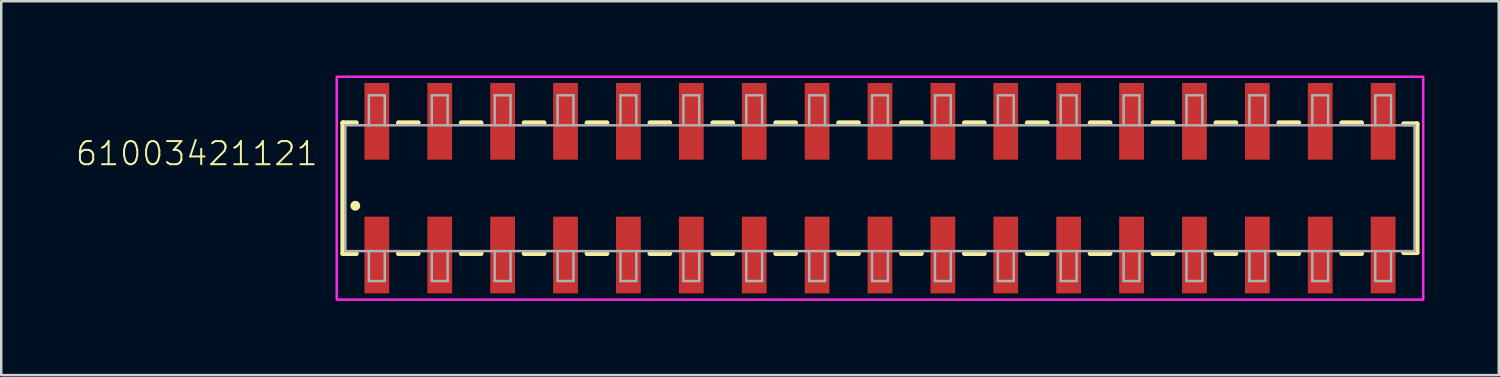
<source format=kicad_pcb>
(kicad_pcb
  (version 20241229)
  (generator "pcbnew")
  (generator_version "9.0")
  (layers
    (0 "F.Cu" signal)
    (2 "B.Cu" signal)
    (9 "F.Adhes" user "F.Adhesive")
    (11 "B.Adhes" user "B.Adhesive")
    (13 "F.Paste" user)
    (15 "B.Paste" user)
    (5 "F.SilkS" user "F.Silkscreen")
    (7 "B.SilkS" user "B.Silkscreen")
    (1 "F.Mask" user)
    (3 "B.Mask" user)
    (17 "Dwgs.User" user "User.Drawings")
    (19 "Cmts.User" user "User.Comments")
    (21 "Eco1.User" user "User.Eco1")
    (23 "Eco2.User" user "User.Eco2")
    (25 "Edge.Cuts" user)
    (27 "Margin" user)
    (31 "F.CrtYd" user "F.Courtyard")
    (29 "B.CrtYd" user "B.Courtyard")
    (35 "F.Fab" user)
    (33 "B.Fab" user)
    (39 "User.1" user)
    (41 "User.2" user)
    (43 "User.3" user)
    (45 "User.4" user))
  (footprint "61003421121"
    (layer "F.Cu")
    (at 32.489 4.55)
    (property "Reference" "61003421121" (at -22.64 -0.85 0) (unlocked yes) (layer "F.SilkS") (effects (font (size 0.935 0.935) (thickness 0.081)) (justify right bottom)))
    (fp_line (start -21.69 -2.64) (end -21.69 2.64) (stroke (width 0.2) (type solid)) (layer "F.SilkS"))
    (fp_line (start -21.69 2.64) (end -21.15 2.64) (stroke (width 0.2) (type solid)) (layer "F.SilkS"))
    (fp_line (start -21.15 -2.64) (end -21.69 -2.64) (stroke (width 0.2) (type solid)) (layer "F.SilkS"))
    (fp_line (start -19.45 2.64) (end -18.65 2.64) (stroke (width 0.2) (type solid)) (layer "F.SilkS"))
    (fp_line (start -18.65 -2.64) (end -19.45 -2.64) (stroke (width 0.2) (type solid)) (layer "F.SilkS"))
    (fp_line (start -16.91 2.64) (end -16.11 2.64) (stroke (width 0.2) (type solid)) (layer "F.SilkS"))
    (fp_line (start -16.11 -2.64) (end -16.91 -2.64) (stroke (width 0.2) (type solid)) (layer "F.SilkS"))
    (fp_line (start -14.37 2.64) (end -13.57 2.64) (stroke (width 0.2) (type solid)) (layer "F.SilkS"))
    (fp_line (start -13.57 -2.64) (end -14.37 -2.64) (stroke (width 0.2) (type solid)) (layer "F.SilkS"))
    (fp_line (start -11.83 2.64) (end -11.03 2.64) (stroke (width 0.2) (type solid)) (layer "F.SilkS"))
    (fp_line (start -11.03 -2.64) (end -11.83 -2.64) (stroke (width 0.2) (type solid)) (layer "F.SilkS"))
    (fp_line (start -9.29 2.64) (end -8.49 2.64) (stroke (width 0.2) (type solid)) (layer "F.SilkS"))
    (fp_line (start -8.49 -2.64) (end -9.29 -2.64) (stroke (width 0.2) (type solid)) (layer "F.SilkS"))
    (fp_line (start -6.75 2.64) (end -5.95 2.64) (stroke (width 0.2) (type solid)) (layer "F.SilkS"))
    (fp_line (start -5.95 -2.64) (end -6.75 -2.64) (stroke (width 0.2) (type solid)) (layer "F.SilkS"))
    (fp_line (start -4.21 2.64) (end -3.41 2.64) (stroke (width 0.2) (type solid)) (layer "F.SilkS"))
    (fp_line (start -3.41 -2.64) (end -4.21 -2.64) (stroke (width 0.2) (type solid)) (layer "F.SilkS"))
    (fp_line (start -1.67 2.64) (end -0.87 2.64) (stroke (width 0.2) (type solid)) (layer "F.SilkS"))
    (fp_line (start -0.87 -2.64) (end -1.67 -2.64) (stroke (width 0.2) (type solid)) (layer "F.SilkS"))
    (fp_line (start 0.87 2.64) (end 1.67 2.64) (stroke (width 0.2) (type solid)) (layer "F.SilkS"))
    (fp_line (start 1.67 -2.64) (end 0.87 -2.64) (stroke (width 0.2) (type solid)) (layer "F.SilkS"))
    (fp_line (start 3.41 2.64) (end 4.21 2.64) (stroke (width 0.2) (type solid)) (layer "F.SilkS"))
    (fp_line (start 4.21 -2.64) (end 3.41 -2.64) (stroke (width 0.2) (type solid)) (layer "F.SilkS"))
    (fp_line (start 5.95 2.64) (end 6.75 2.64) (stroke (width 0.2) (type solid)) (layer "F.SilkS"))
    (fp_line (start 6.75 -2.64) (end 5.95 -2.64) (stroke (width 0.2) (type solid)) (layer "F.SilkS"))
    (fp_line (start 8.49 2.64) (end 9.29 2.64) (stroke (width 0.2) (type solid)) (layer "F.SilkS"))
    (fp_line (start 9.29 -2.64) (end 8.49 -2.64) (stroke (width 0.2) (type solid)) (layer "F.SilkS"))
    (fp_line (start 11.03 2.64) (end 11.83 2.64) (stroke (width 0.2) (type solid)) (layer "F.SilkS"))
    (fp_line (start 11.83 -2.64) (end 11.03 -2.64) (stroke (width 0.2) (type solid)) (layer "F.SilkS"))
    (fp_line (start 13.57 2.64) (end 14.37 2.64) (stroke (width 0.2) (type solid)) (layer "F.SilkS"))
    (fp_line (start 14.37 -2.64) (end 13.57 -2.64) (stroke (width 0.2) (type solid)) (layer "F.SilkS"))
    (fp_line (start 16.11 2.64) (end 16.91 2.64) (stroke (width 0.2) (type solid)) (layer "F.SilkS"))
    (fp_line (start 16.91 -2.64) (end 16.11 -2.64) (stroke (width 0.2) (type solid)) (layer "F.SilkS"))
    (fp_line (start 18.65 2.64) (end 19.45 2.64) (stroke (width 0.2) (type solid)) (layer "F.SilkS"))
    (fp_line (start 19.45 -2.64) (end 18.65 -2.64) (stroke (width 0.2) (type solid)) (layer "F.SilkS"))
    (fp_line (start 21.15 -2.6) (end 21.69 -2.6) (stroke (width 0.2) (type solid)) (layer "F.SilkS"))
    (fp_line (start 21.69 -2.6) (end 21.69 2.6) (stroke (width 0.2) (type solid)) (layer "F.SilkS"))
    (fp_line (start 21.69 2.6) (end 21.15 2.6) (stroke (width 0.2) (type solid)) (layer "F.SilkS"))
    (fp_circle (center -21.19 0.71) (end -21.09 0.71) (stroke (width 0.2) (type solid)) (fill no) (layer "F.SilkS"))
    (fp_poly (pts (xy 21.94 4.5) (xy -21.94 4.5) (xy -21.94 -4.5) (xy 21.94 -4.5)) (stroke (width 0.1) (type default)) (fill no) (layer "F.CrtYd"))
    (fp_line (start -21.59 -2.54) (end -21.59 2.54) (stroke (width 0.1) (type solid)) (layer "F.Fab"))
    (fp_line (start -21.59 2.54) (end 21.59 2.54) (stroke (width 0.1) (type solid)) (layer "F.Fab"))
    (fp_line (start -20.64 -3.75) (end -20 -3.75) (stroke (width 0.1) (type solid)) (layer "F.Fab"))
    (fp_line (start -20.64 -2.54) (end -21.59 -2.54) (stroke (width 0.1) (type solid)) (layer "F.Fab"))
    (fp_line (start -20.64 -2.54) (end -20.64 -3.75) (stroke (width 0.1) (type solid)) (layer "F.Fab"))
    (fp_line (start -20.64 3.75) (end -20.64 2.54) (stroke (width 0.1) (type solid)) (layer "F.Fab"))
    (fp_line (start -20 -3.75) (end -20 -2.54) (stroke (width 0.1) (type solid)) (layer "F.Fab"))
    (fp_line (start -20 -2.54) (end -20.64 -2.54) (stroke (width 0.1) (type solid)) (layer "F.Fab"))
    (fp_line (start -20 2.54) (end -20 3.75) (stroke (width 0.1) (type solid)) (layer "F.Fab"))
    (fp_line (start -20 3.75) (end -20.64 3.75) (stroke (width 0.1) (type solid)) (layer "F.Fab"))
    (fp_line (start -18.1 -3.75) (end -17.46 -3.75) (stroke (width 0.1) (type solid)) (layer "F.Fab"))
    (fp_line (start -18.1 -2.54) (end -18.1 -3.75) (stroke (width 0.1) (type solid)) (layer "F.Fab"))
    (fp_line (start -18.1 3.75) (end -18.1 2.54) (stroke (width 0.1) (type solid)) (layer "F.Fab"))
    (fp_line (start -17.46 -3.75) (end -17.46 -2.54) (stroke (width 0.1) (type solid)) (layer "F.Fab"))
    (fp_line (start -17.46 2.54) (end -17.46 3.75) (stroke (width 0.1) (type solid)) (layer "F.Fab"))
    (fp_line (start -17.46 3.75) (end -18.1 3.75) (stroke (width 0.1) (type solid)) (layer "F.Fab"))
    (fp_line (start -15.56 -3.75) (end -14.92 -3.75) (stroke (width 0.1) (type solid)) (layer "F.Fab"))
    (fp_line (start -15.56 -2.54) (end -15.56 -3.75) (stroke (width 0.1) (type solid)) (layer "F.Fab"))
    (fp_line (start -15.56 3.75) (end -15.56 2.54) (stroke (width 0.1) (type solid)) (layer "F.Fab"))
    (fp_line (start -14.92 -3.75) (end -14.92 -2.54) (stroke (width 0.1) (type solid)) (layer "F.Fab"))
    (fp_line (start -14.92 2.54) (end -14.92 3.75) (stroke (width 0.1) (type solid)) (layer "F.Fab"))
    (fp_line (start -14.92 3.75) (end -15.56 3.75) (stroke (width 0.1) (type solid)) (layer "F.Fab"))
    (fp_line (start -13.02 -3.75) (end -12.38 -3.75) (stroke (width 0.1) (type solid)) (layer "F.Fab"))
    (fp_line (start -13.02 -2.54) (end -13.02 -3.75) (stroke (width 0.1) (type solid)) (layer "F.Fab"))
    (fp_line (start -13.02 3.75) (end -13.02 2.54) (stroke (width 0.1) (type solid)) (layer "F.Fab"))
    (fp_line (start -12.38 -3.75) (end -12.38 -2.54) (stroke (width 0.1) (type solid)) (layer "F.Fab"))
    (fp_line (start -12.38 2.54) (end -12.38 3.75) (stroke (width 0.1) (type solid)) (layer "F.Fab"))
    (fp_line (start -12.38 3.75) (end -13.02 3.75) (stroke (width 0.1) (type solid)) (layer "F.Fab"))
    (fp_line (start -10.48 -3.75) (end -9.84 -3.75) (stroke (width 0.1) (type solid)) (layer "F.Fab"))
    (fp_line (start -10.48 -2.54) (end -10.48 -3.75) (stroke (width 0.1) (type solid)) (layer "F.Fab"))
    (fp_line (start -10.48 3.75) (end -10.48 2.54) (stroke (width 0.1) (type solid)) (layer "F.Fab"))
    (fp_line (start -9.84 -3.75) (end -9.84 -2.54) (stroke (width 0.1) (type solid)) (layer "F.Fab"))
    (fp_line (start -9.84 2.54) (end -9.84 3.75) (stroke (width 0.1) (type solid)) (layer "F.Fab"))
    (fp_line (start -9.84 3.75) (end -10.48 3.75) (stroke (width 0.1) (type solid)) (layer "F.Fab"))
    (fp_line (start -7.94 -3.75) (end -7.3 -3.75) (stroke (width 0.1) (type solid)) (layer "F.Fab"))
    (fp_line (start -7.94 -2.54) (end -7.94 -3.75) (stroke (width 0.1) (type solid)) (layer "F.Fab"))
    (fp_line (start -7.94 3.75) (end -7.94 2.54) (stroke (width 0.1) (type solid)) (layer "F.Fab"))
    (fp_line (start -7.3 -3.75) (end -7.3 -2.54) (stroke (width 0.1) (type solid)) (layer "F.Fab"))
    (fp_line (start -7.3 2.54) (end -7.3 3.75) (stroke (width 0.1) (type solid)) (layer "F.Fab"))
    (fp_line (start -7.3 3.75) (end -7.94 3.75) (stroke (width 0.1) (type solid)) (layer "F.Fab"))
    (fp_line (start -5.4 -3.75) (end -4.76 -3.75) (stroke (width 0.1) (type solid)) (layer "F.Fab"))
    (fp_line (start -5.4 -2.54) (end -5.4 -3.75) (stroke (width 0.1) (type solid)) (layer "F.Fab"))
    (fp_line (start -5.4 3.75) (end -5.4 2.54) (stroke (width 0.1) (type solid)) (layer "F.Fab"))
    (fp_line (start -4.76 -3.75) (end -4.76 -2.54) (stroke (width 0.1) (type solid)) (layer "F.Fab"))
    (fp_line (start -4.76 2.54) (end -4.76 3.75) (stroke (width 0.1) (type solid)) (layer "F.Fab"))
    (fp_line (start -4.76 3.75) (end -5.4 3.75) (stroke (width 0.1) (type solid)) (layer "F.Fab"))
    (fp_line (start -2.86 -3.75) (end -2.22 -3.75) (stroke (width 0.1) (type solid)) (layer "F.Fab"))
    (fp_line (start -2.86 -2.54) (end -2.86 -3.75) (stroke (width 0.1) (type solid)) (layer "F.Fab"))
    (fp_line (start -2.86 3.75) (end -2.86 2.54) (stroke (width 0.1) (type solid)) (layer "F.Fab"))
    (fp_line (start -2.22 -3.75) (end -2.22 -2.54) (stroke (width 0.1) (type solid)) (layer "F.Fab"))
    (fp_line (start -2.22 2.54) (end -2.22 3.75) (stroke (width 0.1) (type solid)) (layer "F.Fab"))
    (fp_line (start -2.22 3.75) (end -2.86 3.75) (stroke (width 0.1) (type solid)) (layer "F.Fab"))
    (fp_line (start -0.32 -3.75) (end 0.32 -3.75) (stroke (width 0.1) (type solid)) (layer "F.Fab"))
    (fp_line (start -0.32 -2.54) (end -0.32 -3.75) (stroke (width 0.1) (type solid)) (layer "F.Fab"))
    (fp_line (start -0.32 3.75) (end -0.32 2.54) (stroke (width 0.1) (type solid)) (layer "F.Fab"))
    (fp_line (start 0.32 -3.75) (end 0.32 -2.54) (stroke (width 0.1) (type solid)) (layer "F.Fab"))
    (fp_line (start 0.32 2.54) (end 0.32 3.75) (stroke (width 0.1) (type solid)) (layer "F.Fab"))
    (fp_line (start 0.32 3.75) (end -0.32 3.75) (stroke (width 0.1) (type solid)) (layer "F.Fab"))
    (fp_line (start 2.22 -3.75) (end 2.86 -3.75) (stroke (width 0.1) (type solid)) (layer "F.Fab"))
    (fp_line (start 2.22 -2.54) (end 2.22 -3.75) (stroke (width 0.1) (type solid)) (layer "F.Fab"))
    (fp_line (start 2.22 3.75) (end 2.22 2.54) (stroke (width 0.1) (type solid)) (layer "F.Fab"))
    (fp_line (start 2.86 -3.75) (end 2.86 -2.54) (stroke (width 0.1) (type solid)) (layer "F.Fab"))
    (fp_line (start 2.86 2.54) (end 2.86 3.75) (stroke (width 0.1) (type solid)) (layer "F.Fab"))
    (fp_line (start 2.86 3.75) (end 2.22 3.75) (stroke (width 0.1) (type solid)) (layer "F.Fab"))
    (fp_line (start 4.76 -3.75) (end 5.4 -3.75) (stroke (width 0.1) (type solid)) (layer "F.Fab"))
    (fp_line (start 4.76 -2.54) (end 4.76 -3.75) (stroke (width 0.1) (type solid)) (layer "F.Fab"))
    (fp_line (start 4.76 3.75) (end 4.76 2.54) (stroke (width 0.1) (type solid)) (layer "F.Fab"))
    (fp_line (start 5.4 -3.75) (end 5.4 -2.54) (stroke (width 0.1) (type solid)) (layer "F.Fab"))
    (fp_line (start 5.4 2.54) (end 5.4 3.75) (stroke (width 0.1) (type solid)) (layer "F.Fab"))
    (fp_line (start 5.4 3.75) (end 4.76 3.75) (stroke (width 0.1) (type solid)) (layer "F.Fab"))
    (fp_line (start 7.3 -3.75) (end 7.94 -3.75) (stroke (width 0.1) (type solid)) (layer "F.Fab"))
    (fp_line (start 7.3 -2.54) (end 7.3 -3.75) (stroke (width 0.1) (type solid)) (layer "F.Fab"))
    (fp_line (start 7.3 3.75) (end 7.3 2.54) (stroke (width 0.1) (type solid)) (layer "F.Fab"))
    (fp_line (start 7.94 -3.75) (end 7.94 -2.54) (stroke (width 0.1) (type solid)) (layer "F.Fab"))
    (fp_line (start 7.94 2.54) (end 7.94 3.75) (stroke (width 0.1) (type solid)) (layer "F.Fab"))
    (fp_line (start 7.94 3.75) (end 7.3 3.75) (stroke (width 0.1) (type solid)) (layer "F.Fab"))
    (fp_line (start 9.84 -3.75) (end 10.48 -3.75) (stroke (width 0.1) (type solid)) (layer "F.Fab"))
    (fp_line (start 9.84 -2.54) (end 9.84 -3.75) (stroke (width 0.1) (type solid)) (layer "F.Fab"))
    (fp_line (start 9.84 3.75) (end 9.84 2.54) (stroke (width 0.1) (type solid)) (layer "F.Fab"))
    (fp_line (start 10.48 -3.75) (end 10.48 -2.54) (stroke (width 0.1) (type solid)) (layer "F.Fab"))
    (fp_line (start 10.48 2.54) (end 10.48 3.75) (stroke (width 0.1) (type solid)) (layer "F.Fab"))
    (fp_line (start 10.48 3.75) (end 9.84 3.75) (stroke (width 0.1) (type solid)) (layer "F.Fab"))
    (fp_line (start 12.38 -3.75) (end 13.02 -3.75) (stroke (width 0.1) (type solid)) (layer "F.Fab"))
    (fp_line (start 12.38 -2.54) (end 12.38 -3.75) (stroke (width 0.1) (type solid)) (layer "F.Fab"))
    (fp_line (start 12.38 3.75) (end 12.38 2.54) (stroke (width 0.1) (type solid)) (layer "F.Fab"))
    (fp_line (start 13.02 -3.75) (end 13.02 -2.54) (stroke (width 0.1) (type solid)) (layer "F.Fab"))
    (fp_line (start 13.02 2.54) (end 13.02 3.75) (stroke (width 0.1) (type solid)) (layer "F.Fab"))
    (fp_line (start 13.02 3.75) (end 12.38 3.75) (stroke (width 0.1) (type solid)) (layer "F.Fab"))
    (fp_line (start 14.92 -3.75) (end 15.56 -3.75) (stroke (width 0.1) (type solid)) (layer "F.Fab"))
    (fp_line (start 14.92 -2.54) (end 14.92 -3.75) (stroke (width 0.1) (type solid)) (layer "F.Fab"))
    (fp_line (start 14.92 3.75) (end 14.92 2.54) (stroke (width 0.1) (type solid)) (layer "F.Fab"))
    (fp_line (start 15.56 -3.75) (end 15.56 -2.54) (stroke (width 0.1) (type solid)) (layer "F.Fab"))
    (fp_line (start 15.56 2.54) (end 15.56 3.75) (stroke (width 0.1) (type solid)) (layer "F.Fab"))
    (fp_line (start 15.56 3.75) (end 14.92 3.75) (stroke (width 0.1) (type solid)) (layer "F.Fab"))
    (fp_line (start 17.46 -3.75) (end 18.1 -3.75) (stroke (width 0.1) (type solid)) (layer "F.Fab"))
    (fp_line (start 17.46 -2.54) (end 17.46 -3.75) (stroke (width 0.1) (type solid)) (layer "F.Fab"))
    (fp_line (start 17.46 3.75) (end 17.46 2.54) (stroke (width 0.1) (type solid)) (layer "F.Fab"))
    (fp_line (start 18.1 -3.75) (end 18.1 -2.54) (stroke (width 0.1) (type solid)) (layer "F.Fab"))
    (fp_line (start 18.1 2.54) (end 18.1 3.75) (stroke (width 0.1) (type solid)) (layer "F.Fab"))
    (fp_line (start 18.1 3.75) (end 17.46 3.75) (stroke (width 0.1) (type solid)) (layer "F.Fab"))
    (fp_line (start 20 -3.75) (end 20.64 -3.75) (stroke (width 0.1) (type solid)) (layer "F.Fab"))
    (fp_line (start 20 -2.54) (end 20 -3.75) (stroke (width 0.1) (type solid)) (layer "F.Fab"))
    (fp_line (start 20 3.75) (end 20 2.54) (stroke (width 0.1) (type solid)) (layer "F.Fab"))
    (fp_line (start 20.64 -3.75) (end 20.64 -2.54) (stroke (width 0.1) (type solid)) (layer "F.Fab"))
    (fp_line (start 20.64 2.54) (end 20.64 3.75) (stroke (width 0.1) (type solid)) (layer "F.Fab"))
    (fp_line (start 20.64 3.75) (end 20 3.75) (stroke (width 0.1) (type solid)) (layer "F.Fab"))
    (fp_line (start 21.59 -2.54) (end -20 -2.54) (stroke (width 0.1) (type solid)) (layer "F.Fab"))
    (fp_line (start 21.59 2.54) (end 21.59 -2.54) (stroke (width 0.1) (type solid)) (layer "F.Fab"))
    (pad "1" smd rect (at -20.32 2.7 90) (size 3.1 1) (layers "F.Cu" "F.Mask" "F.Paste"))
    (pad "2" smd rect (at -20.32 -2.7 90) (size 3.1 1) (layers "F.Cu" "F.Mask" "F.Paste"))
    (pad "3" smd rect (at -17.78 2.7 90) (size 3.1 1) (layers "F.Cu" "F.Mask" "F.Paste"))
    (pad "4" smd rect (at -17.78 -2.7 90) (size 3.1 1) (layers "F.Cu" "F.Mask" "F.Paste"))
    (pad "5" smd rect (at -15.24 2.7 90) (size 3.1 1) (layers "F.Cu" "F.Mask" "F.Paste"))
    (pad "6" smd rect (at -15.24 -2.7 90) (size 3.1 1) (layers "F.Cu" "F.Mask" "F.Paste"))
    (pad "7" smd rect (at -12.7 2.7 90) (size 3.1 1) (layers "F.Cu" "F.Mask" "F.Paste"))
    (pad "8" smd rect (at -12.7 -2.7 90) (size 3.1 1) (layers "F.Cu" "F.Mask" "F.Paste"))
    (pad "9" smd rect (at -10.16 2.7 90) (size 3.1 1) (layers "F.Cu" "F.Mask" "F.Paste"))
    (pad "10" smd rect (at -10.16 -2.7 90) (size 3.1 1) (layers "F.Cu" "F.Mask" "F.Paste"))
    (pad "11" smd rect (at -7.62 2.7 90) (size 3.1 1) (layers "F.Cu" "F.Mask" "F.Paste"))
    (pad "12" smd rect (at -7.62 -2.7 90) (size 3.1 1) (layers "F.Cu" "F.Mask" "F.Paste"))
    (pad "13" smd rect (at -5.08 2.7 90) (size 3.1 1) (layers "F.Cu" "F.Mask" "F.Paste"))
    (pad "14" smd rect (at -5.08 -2.7 90) (size 3.1 1) (layers "F.Cu" "F.Mask" "F.Paste"))
    (pad "15" smd rect (at -2.54 2.7 90) (size 3.1 1) (layers "F.Cu" "F.Mask" "F.Paste"))
    (pad "16" smd rect (at -2.54 -2.7 90) (size 3.1 1) (layers "F.Cu" "F.Mask" "F.Paste"))
    (pad "17" smd rect (at 0 2.7 90) (size 3.1 1) (layers "F.Cu" "F.Mask" "F.Paste"))
    (pad "18" smd rect (at 0 -2.7 90) (size 3.1 1) (layers "F.Cu" "F.Mask" "F.Paste"))
    (pad "19" smd rect (at 2.54 2.7 90) (size 3.1 1) (layers "F.Cu" "F.Mask" "F.Paste"))
    (pad "20" smd rect (at 2.54 -2.7 90) (size 3.1 1) (layers "F.Cu" "F.Mask" "F.Paste"))
    (pad "21" smd rect (at 5.08 2.7 90) (size 3.1 1) (layers "F.Cu" "F.Mask" "F.Paste"))
    (pad "22" smd rect (at 5.08 -2.7 90) (size 3.1 1) (layers "F.Cu" "F.Mask" "F.Paste"))
    (pad "23" smd rect (at 7.62 2.7 90) (size 3.1 1) (layers "F.Cu" "F.Mask" "F.Paste"))
    (pad "24" smd rect (at 7.62 -2.7 90) (size 3.1 1) (layers "F.Cu" "F.Mask" "F.Paste"))
    (pad "25" smd rect (at 10.16 2.7 90) (size 3.1 1) (layers "F.Cu" "F.Mask" "F.Paste"))
    (pad "26" smd rect (at 10.16 -2.7 90) (size 3.1 1) (layers "F.Cu" "F.Mask" "F.Paste"))
    (pad "27" smd rect (at 12.7 2.7 90) (size 3.1 1) (layers "F.Cu" "F.Mask" "F.Paste"))
    (pad "28" smd rect (at 12.7 -2.7 90) (size 3.1 1) (layers "F.Cu" "F.Mask" "F.Paste"))
    (pad "29" smd rect (at 15.24 2.7 90) (size 3.1 1) (layers "F.Cu" "F.Mask" "F.Paste"))
    (pad "30" smd rect (at 15.24 -2.7 90) (size 3.1 1) (layers "F.Cu" "F.Mask" "F.Paste"))
    (pad "31" smd rect (at 17.78 2.7 90) (size 3.1 1) (layers "F.Cu" "F.Mask" "F.Paste"))
    (pad "32" smd rect (at 17.78 -2.7 90) (size 3.1 1) (layers "F.Cu" "F.Mask" "F.Paste"))
    (pad "33" smd rect (at 20.32 2.7 90) (size 3.1 1) (layers "F.Cu" "F.Mask" "F.Paste"))
    (pad "34" smd rect (at 20.32 -2.7 90) (size 3.1 1) (layers "F.Cu" "F.Mask" "F.Paste")))
  (gr_rect
    (start -3 -3)
    (end 57.479 12.1)
    (stroke (width 0.1) (type default))
    (fill no)
    (layer "Edge.Cuts")))
</source>
